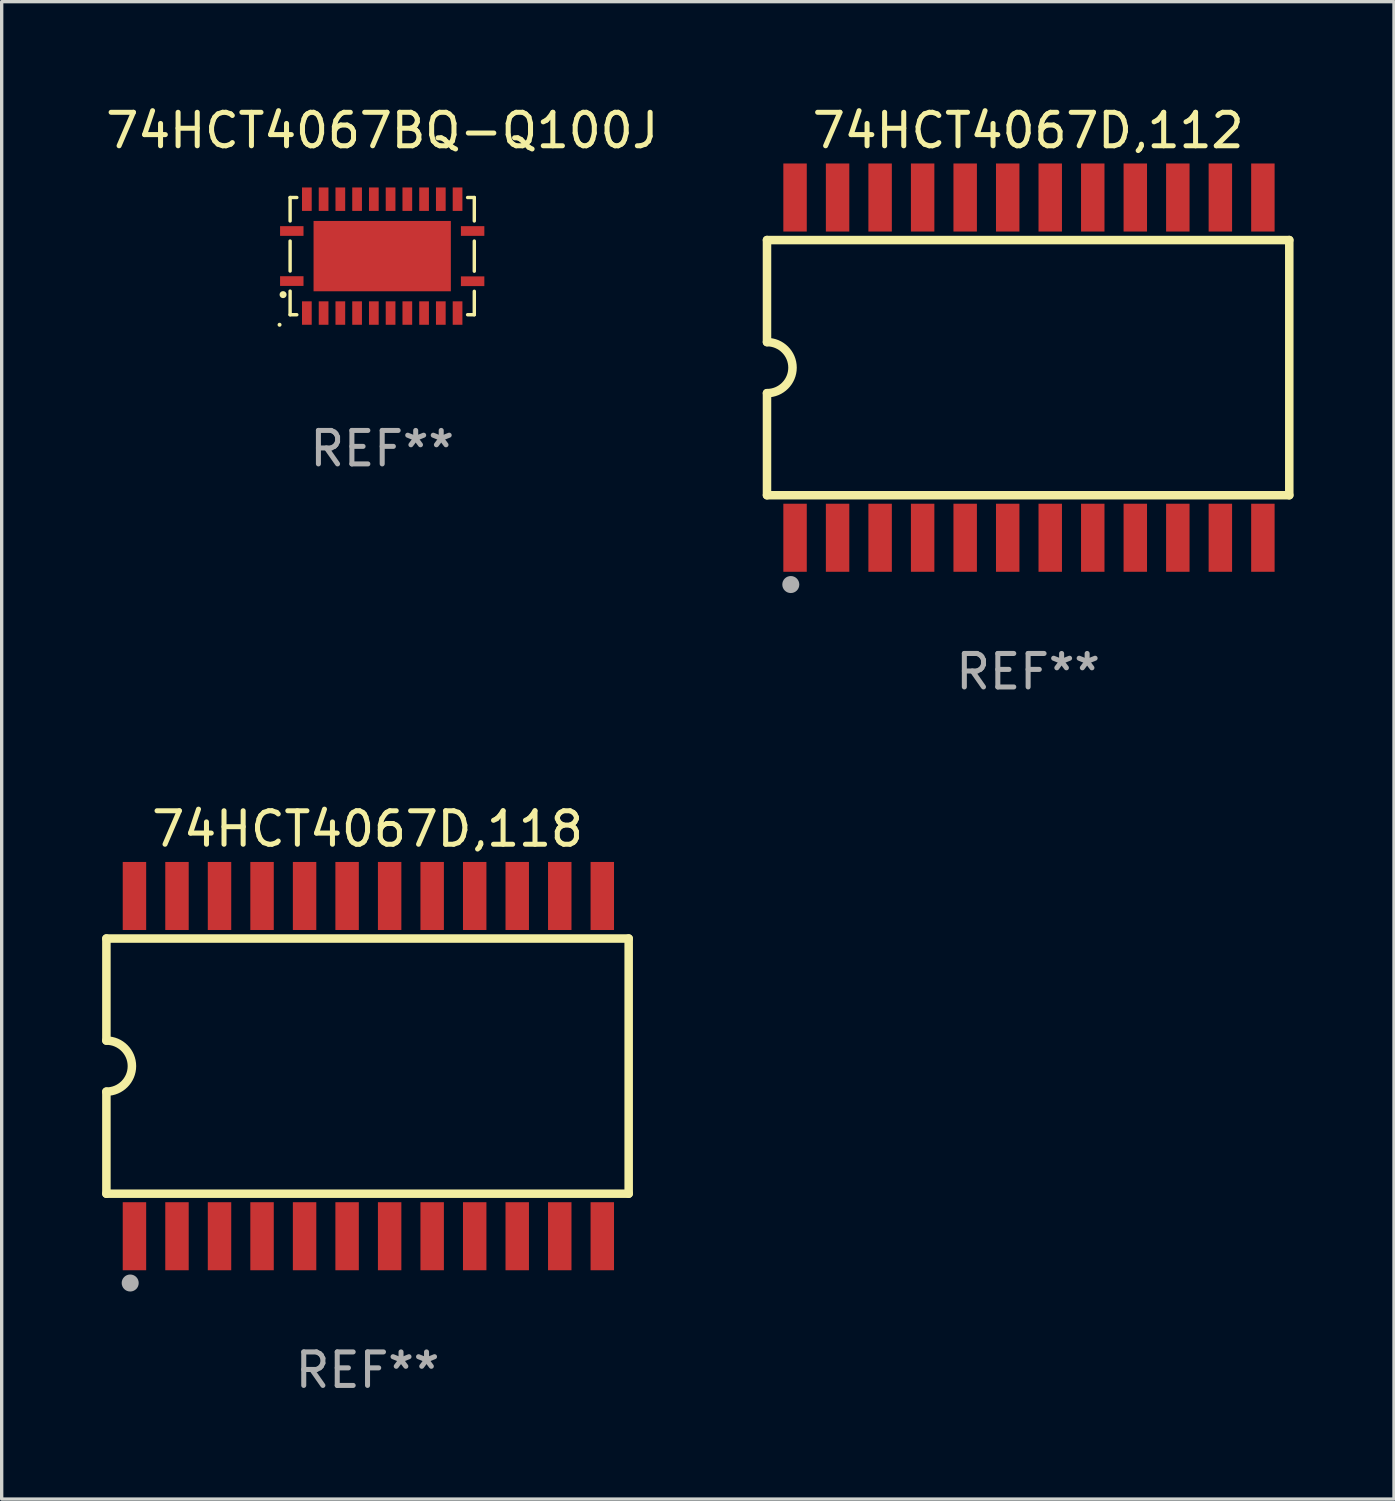
<source format=kicad_pcb>
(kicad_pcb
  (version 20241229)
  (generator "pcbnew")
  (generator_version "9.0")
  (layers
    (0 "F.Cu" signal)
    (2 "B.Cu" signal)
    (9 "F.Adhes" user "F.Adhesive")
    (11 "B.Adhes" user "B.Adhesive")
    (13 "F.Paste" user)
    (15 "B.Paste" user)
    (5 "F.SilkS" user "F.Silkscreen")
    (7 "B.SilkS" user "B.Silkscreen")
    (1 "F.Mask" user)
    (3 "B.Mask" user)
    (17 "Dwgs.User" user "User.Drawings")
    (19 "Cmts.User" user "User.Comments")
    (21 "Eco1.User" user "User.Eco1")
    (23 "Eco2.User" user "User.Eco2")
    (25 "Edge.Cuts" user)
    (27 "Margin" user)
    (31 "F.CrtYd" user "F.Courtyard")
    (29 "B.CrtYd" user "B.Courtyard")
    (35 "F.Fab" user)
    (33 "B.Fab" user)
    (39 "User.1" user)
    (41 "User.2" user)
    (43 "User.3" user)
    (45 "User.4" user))
  (footprint "74HCT4067D,112"
    (layer "F.Cu")
    (at 27.651 7.928)
    (property "Reference" "74HCT4067D,112" (at 0 -7.08 0) (layer "F.SilkS") (effects (font (size 1 1) (thickness 0.15))))
    (attr through_hole)
    (fp_line (start -7.798 -3.81) (end -7.798 -0.762) (stroke (width 0.254) (type solid)) (layer "F.SilkS"))
    (fp_line (start -7.798 3.81) (end -7.798 0.762) (stroke (width 0.254) (type solid)) (layer "F.SilkS"))
    (fp_line (start 7.798 -3.81) (end -7.798 -3.81) (stroke (width 0.254) (type solid)) (layer "F.SilkS"))
    (fp_line (start 7.798 3.81) (end -7.798 3.81) (stroke (width 0.254) (type solid)) (layer "F.SilkS"))
    (fp_line (start 7.798 3.81) (end 7.798 -3.81) (stroke (width 0.254) (type solid)) (layer "F.SilkS"))
    (fp_arc (start -7.797791 -0.762002) (mid -7.03579 -0.000001) (end -7.79779 0.762002) (stroke (width 0.254001) (type solid)) (layer "F.SilkS"))
    (fp_circle (center -7.825 3.75) (end -7.795 3.75) (stroke (width 0.06) (type solid)) (fill no) (layer "F.SilkS"))
    (fp_circle (center -7.087 6.477) (end -6.96 6.477) (stroke (width 0.254) (type solid)) (fill no) (layer "F.Fab"))
    (fp_text user "REF**" (at 0 9.08 0) (layer "F.Fab") (effects (font (size 1 1) (thickness 0.15))))
    (pad "1" smd rect (at -6.96 5.08 90) (size 2.032 0.7) (layers "F.Cu" "F.Mask" "F.Paste"))
    (pad "2" smd rect (at -5.69 5.08 90) (size 2.032 0.7) (layers "F.Cu" "F.Mask" "F.Paste"))
    (pad "3" smd rect (at -4.42 5.08 90) (size 2.032 0.7) (layers "F.Cu" "F.Mask" "F.Paste"))
    (pad "4" smd rect (at -3.15 5.08 90) (size 2.032 0.7) (layers "F.Cu" "F.Mask" "F.Paste"))
    (pad "5" smd rect (at -1.88 5.08 90) (size 2.032 0.7) (layers "F.Cu" "F.Mask" "F.Paste"))
    (pad "6" smd rect (at -0.61 5.08 90) (size 2.032 0.7) (layers "F.Cu" "F.Mask" "F.Paste"))
    (pad "7" smd rect (at 0.66 5.08 90) (size 2.032 0.7) (layers "F.Cu" "F.Mask" "F.Paste"))
    (pad "8" smd rect (at 1.93 5.08 90) (size 2.032 0.7) (layers "F.Cu" "F.Mask" "F.Paste"))
    (pad "9" smd rect (at 3.2 5.08 90) (size 2.032 0.7) (layers "F.Cu" "F.Mask" "F.Paste"))
    (pad "10" smd rect (at 4.47 5.08 90) (size 2.032 0.7) (layers "F.Cu" "F.Mask" "F.Paste"))
    (pad "11" smd rect (at 5.74 5.08 90) (size 2.032 0.7) (layers "F.Cu" "F.Mask" "F.Paste"))
    (pad "12" smd rect (at 7.01 5.08 90) (size 2.032 0.7) (layers "F.Cu" "F.Mask" "F.Paste"))
    (pad "13" smd rect (at 7.01 -5.08 90) (size 2.032 0.7) (layers "F.Cu" "F.Mask" "F.Paste"))
    (pad "14" smd rect (at 5.74 -5.08 90) (size 2.032 0.7) (layers "F.Cu" "F.Mask" "F.Paste"))
    (pad "15" smd rect (at 4.47 -5.08 90) (size 2.032 0.7) (layers "F.Cu" "F.Mask" "F.Paste"))
    (pad "16" smd rect (at 3.2 -5.08 90) (size 2.032 0.7) (layers "F.Cu" "F.Mask" "F.Paste"))
    (pad "17" smd rect (at 1.93 -5.08 90) (size 2.032 0.7) (layers "F.Cu" "F.Mask" "F.Paste"))
    (pad "18" smd rect (at 0.66 -5.08 90) (size 2.032 0.7) (layers "F.Cu" "F.Mask" "F.Paste"))
    (pad "19" smd rect (at -0.61 -5.08 90) (size 2.032 0.7) (layers "F.Cu" "F.Mask" "F.Paste"))
    (pad "20" smd rect (at -1.88 -5.08 90) (size 2.032 0.7) (layers "F.Cu" "F.Mask" "F.Paste"))
    (pad "21" smd rect (at -3.15 -5.08 90) (size 2.032 0.7) (layers "F.Cu" "F.Mask" "F.Paste"))
    (pad "22" smd rect (at -4.42 -5.08 90) (size 2.032 0.7) (layers "F.Cu" "F.Mask" "F.Paste"))
    (pad "23" smd rect (at -5.69 -5.08 90) (size 2.032 0.7) (layers "F.Cu" "F.Mask" "F.Paste"))
    (pad "24" smd rect (at -6.96 -5.08 90) (size 2.032 0.7) (layers "F.Cu" "F.Mask" "F.Paste")))
  (footprint "74HCT4067BQ-Q100J"
    (layer "F.Cu")
    (at 8.363 4.598)
    (property "Reference" "74HCT4067BQ-Q100J" (at 0 -3.75 0) (layer "F.SilkS") (effects (font (size 1 1) (thickness 0.15))))
    (attr through_hole)
    (fp_line (start -2.75 -1.75) (end -2.75 -1.05) (stroke (width 0.102) (type solid)) (layer "F.SilkS"))
    (fp_line (start -2.75 -1.75) (end -2.55 -1.75) (stroke (width 0.102) (type solid)) (layer "F.SilkS"))
    (fp_line (start -2.75 -0.45) (end -2.75 0.445) (stroke (width 0.102) (type solid)) (layer "F.SilkS"))
    (fp_line (start -2.75 1.75) (end -2.75 1.045) (stroke (width 0.102) (type solid)) (layer "F.SilkS"))
    (fp_line (start -2.55 1.75) (end -2.75 1.75) (stroke (width 0.102) (type solid)) (layer "F.SilkS"))
    (fp_line (start 2.55 -1.75) (end 2.75 -1.75) (stroke (width 0.102) (type solid)) (layer "F.SilkS"))
    (fp_line (start 2.75 -1.75) (end 2.75 -1.05) (stroke (width 0.102) (type solid)) (layer "F.SilkS"))
    (fp_line (start 2.75 -0.45) (end 2.75 0.45) (stroke (width 0.102) (type solid)) (layer "F.SilkS"))
    (fp_line (start 2.75 1.05) (end 2.75 1.75) (stroke (width 0.102) (type solid)) (layer "F.SilkS"))
    (fp_line (start 2.75 1.75) (end 2.55 1.75) (stroke (width 0.102) (type solid)) (layer "F.SilkS"))
    (fp_circle (center -3.065 2.05) (end -3.035 2.05) (stroke (width 0.06) (type solid)) (fill no) (layer "F.SilkS"))
    (fp_circle (center -2.96 1.15) (end -2.906 1.15) (stroke (width 0.102) (type solid)) (fill no) (layer "F.SilkS"))
    (fp_text user "REF**" (at 0 5.75 0) (layer "F.Fab") (effects (font (size 1 1) (thickness 0.15))))
    (pad "1" smd rect (at -2.7 0.745 90) (size 0.29 0.7) (layers "F.Cu" "F.Mask" "F.Paste"))
    (pad "2" smd rect (at -2.25 1.7) (size 0.29 0.7) (layers "F.Cu" "F.Mask" "F.Paste"))
    (pad "3" smd rect (at -1.75 1.7) (size 0.29 0.7) (layers "F.Cu" "F.Mask" "F.Paste"))
    (pad "4" smd rect (at -1.25 1.7) (size 0.29 0.7) (layers "F.Cu" "F.Mask" "F.Paste"))
    (pad "5" smd rect (at -0.75 1.7) (size 0.29 0.7) (layers "F.Cu" "F.Mask" "F.Paste"))
    (pad "6" smd rect (at -0.25 1.7) (size 0.29 0.7) (layers "F.Cu" "F.Mask" "F.Paste"))
    (pad "7" smd rect (at 0.25 1.7) (size 0.29 0.7) (layers "F.Cu" "F.Mask" "F.Paste"))
    (pad "8" smd rect (at 0.75 1.7) (size 0.29 0.7) (layers "F.Cu" "F.Mask" "F.Paste"))
    (pad "9" smd rect (at 1.25 1.7) (size 0.29 0.7) (layers "F.Cu" "F.Mask" "F.Paste"))
    (pad "10" smd rect (at 1.75 1.7) (size 0.29 0.7) (layers "F.Cu" "F.Mask" "F.Paste"))
    (pad "11" smd rect (at 2.25 1.7) (size 0.29 0.7) (layers "F.Cu" "F.Mask" "F.Paste"))
    (pad "12" smd rect (at 2.7 0.75 90) (size 0.29 0.7) (layers "F.Cu" "F.Mask" "F.Paste"))
    (pad "13" smd rect (at 2.7 -0.75 90) (size 0.29 0.7) (layers "F.Cu" "F.Mask" "F.Paste"))
    (pad "14" smd rect (at 2.25 -1.7 180) (size 0.29 0.7) (layers "F.Cu" "F.Mask" "F.Paste"))
    (pad "15" smd rect (at 1.75 -1.7 180) (size 0.29 0.7) (layers "F.Cu" "F.Mask" "F.Paste"))
    (pad "16" smd rect (at 1.25 -1.7 180) (size 0.29 0.7) (layers "F.Cu" "F.Mask" "F.Paste"))
    (pad "17" smd rect (at 0.75 -1.7 180) (size 0.29 0.7) (layers "F.Cu" "F.Mask" "F.Paste"))
    (pad "18" smd rect (at 0.25 -1.7 180) (size 0.29 0.7) (layers "F.Cu" "F.Mask" "F.Paste"))
    (pad "19" smd rect (at -0.25 -1.7 180) (size 0.29 0.7) (layers "F.Cu" "F.Mask" "F.Paste"))
    (pad "20" smd rect (at -0.75 -1.7 180) (size 0.29 0.7) (layers "F.Cu" "F.Mask" "F.Paste"))
    (pad "21" smd rect (at -1.25 -1.7 180) (size 0.29 0.7) (layers "F.Cu" "F.Mask" "F.Paste"))
    (pad "22" smd rect (at -1.75 -1.7 180) (size 0.29 0.7) (layers "F.Cu" "F.Mask" "F.Paste"))
    (pad "23" smd rect (at -2.25 -1.7 180) (size 0.29 0.7) (layers "F.Cu" "F.Mask" "F.Paste"))
    (pad "24" smd rect (at -2.7 -0.75 270) (size 0.29 0.7) (layers "F.Cu" "F.Mask" "F.Paste"))
    (pad "25" smd rect (at 0 0) (size 4.1 2.1) (layers "F.Cu" "F.Mask" "F.Paste")))
  (footprint "74HCT4067D,118"
    (layer "F.Cu")
    (at 7.925 28.785)
    (property "Reference" "74HCT4067D,118" (at 0 -7.08 0) (layer "F.SilkS") (effects (font (size 1 1) (thickness 0.15))))
    (attr through_hole)
    (fp_line (start -7.798 -3.81) (end -7.798 -0.762) (stroke (width 0.254) (type solid)) (layer "F.SilkS"))
    (fp_line (start -7.798 3.81) (end -7.798 0.762) (stroke (width 0.254) (type solid)) (layer "F.SilkS"))
    (fp_line (start 7.798 -3.81) (end -7.798 -3.81) (stroke (width 0.254) (type solid)) (layer "F.SilkS"))
    (fp_line (start 7.798 3.81) (end -7.798 3.81) (stroke (width 0.254) (type solid)) (layer "F.SilkS"))
    (fp_line (start 7.798 3.81) (end 7.798 -3.81) (stroke (width 0.254) (type solid)) (layer "F.SilkS"))
    (fp_arc (start -7.797791 -0.762002) (mid -7.03579 -0.000001) (end -7.79779 0.762002) (stroke (width 0.254001) (type solid)) (layer "F.SilkS"))
    (fp_circle (center -7.825 3.75) (end -7.795 3.75) (stroke (width 0.06) (type solid)) (fill no) (layer "F.SilkS"))
    (fp_circle (center -7.087 6.477) (end -6.96 6.477) (stroke (width 0.254) (type solid)) (fill no) (layer "F.Fab"))
    (fp_text user "REF**" (at 0 9.08 0) (layer "F.Fab") (effects (font (size 1 1) (thickness 0.15))))
    (pad "1" smd rect (at -6.96 5.08 90) (size 2.032 0.7) (layers "F.Cu" "F.Mask" "F.Paste"))
    (pad "2" smd rect (at -5.69 5.08 90) (size 2.032 0.7) (layers "F.Cu" "F.Mask" "F.Paste"))
    (pad "3" smd rect (at -4.42 5.08 90) (size 2.032 0.7) (layers "F.Cu" "F.Mask" "F.Paste"))
    (pad "4" smd rect (at -3.15 5.08 90) (size 2.032 0.7) (layers "F.Cu" "F.Mask" "F.Paste"))
    (pad "5" smd rect (at -1.88 5.08 90) (size 2.032 0.7) (layers "F.Cu" "F.Mask" "F.Paste"))
    (pad "6" smd rect (at -0.61 5.08 90) (size 2.032 0.7) (layers "F.Cu" "F.Mask" "F.Paste"))
    (pad "7" smd rect (at 0.66 5.08 90) (size 2.032 0.7) (layers "F.Cu" "F.Mask" "F.Paste"))
    (pad "8" smd rect (at 1.93 5.08 90) (size 2.032 0.7) (layers "F.Cu" "F.Mask" "F.Paste"))
    (pad "9" smd rect (at 3.2 5.08 90) (size 2.032 0.7) (layers "F.Cu" "F.Mask" "F.Paste"))
    (pad "10" smd rect (at 4.47 5.08 90) (size 2.032 0.7) (layers "F.Cu" "F.Mask" "F.Paste"))
    (pad "11" smd rect (at 5.74 5.08 90) (size 2.032 0.7) (layers "F.Cu" "F.Mask" "F.Paste"))
    (pad "12" smd rect (at 7.01 5.08 90) (size 2.032 0.7) (layers "F.Cu" "F.Mask" "F.Paste"))
    (pad "13" smd rect (at 7.01 -5.08 90) (size 2.032 0.7) (layers "F.Cu" "F.Mask" "F.Paste"))
    (pad "14" smd rect (at 5.74 -5.08 90) (size 2.032 0.7) (layers "F.Cu" "F.Mask" "F.Paste"))
    (pad "15" smd rect (at 4.47 -5.08 90) (size 2.032 0.7) (layers "F.Cu" "F.Mask" "F.Paste"))
    (pad "16" smd rect (at 3.2 -5.08 90) (size 2.032 0.7) (layers "F.Cu" "F.Mask" "F.Paste"))
    (pad "17" smd rect (at 1.93 -5.08 90) (size 2.032 0.7) (layers "F.Cu" "F.Mask" "F.Paste"))
    (pad "18" smd rect (at 0.66 -5.08 90) (size 2.032 0.7) (layers "F.Cu" "F.Mask" "F.Paste"))
    (pad "19" smd rect (at -0.61 -5.08 90) (size 2.032 0.7) (layers "F.Cu" "F.Mask" "F.Paste"))
    (pad "20" smd rect (at -1.88 -5.08 90) (size 2.032 0.7) (layers "F.Cu" "F.Mask" "F.Paste"))
    (pad "21" smd rect (at -3.15 -5.08 90) (size 2.032 0.7) (layers "F.Cu" "F.Mask" "F.Paste"))
    (pad "22" smd rect (at -4.42 -5.08 90) (size 2.032 0.7) (layers "F.Cu" "F.Mask" "F.Paste"))
    (pad "23" smd rect (at -5.69 -5.08 90) (size 2.032 0.7) (layers "F.Cu" "F.Mask" "F.Paste"))
    (pad "24" smd rect (at -6.96 -5.08 90) (size 2.032 0.7) (layers "F.Cu" "F.Mask" "F.Paste")))
  (gr_rect
    (start -3 -3)
    (end 38.576 41.713)
    (stroke (width 0.1) (type default))
    (fill no)
    (layer "Edge.Cuts")))
</source>
